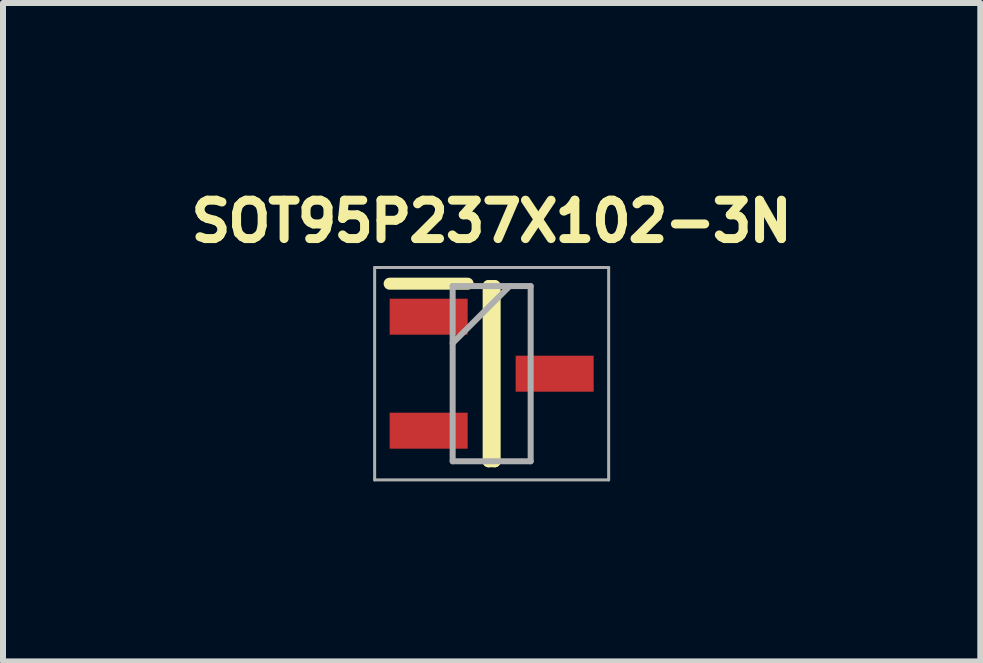
<source format=kicad_pcb>
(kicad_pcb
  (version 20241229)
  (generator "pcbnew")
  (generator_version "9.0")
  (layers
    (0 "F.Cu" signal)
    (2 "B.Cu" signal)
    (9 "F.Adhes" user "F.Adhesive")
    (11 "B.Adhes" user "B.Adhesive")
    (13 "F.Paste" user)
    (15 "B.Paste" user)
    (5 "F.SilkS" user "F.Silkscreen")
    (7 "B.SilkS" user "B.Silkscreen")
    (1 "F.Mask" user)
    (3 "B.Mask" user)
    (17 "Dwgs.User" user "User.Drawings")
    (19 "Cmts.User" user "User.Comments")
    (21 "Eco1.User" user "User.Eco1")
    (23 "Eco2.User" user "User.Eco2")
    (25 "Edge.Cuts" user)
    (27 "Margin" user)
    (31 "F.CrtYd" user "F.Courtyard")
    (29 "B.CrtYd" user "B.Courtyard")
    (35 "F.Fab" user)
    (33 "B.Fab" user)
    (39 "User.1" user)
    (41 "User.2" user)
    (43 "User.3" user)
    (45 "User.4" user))
  (footprint "SOT95P237X102-3N"
    (layer "F.Cu")
    (at 5.144 3.178)
    (property "Reference" "SOT95P237X102-3N" (at 0 -2.54 0) (layer "F.SilkS") (effects (font (size 0.64 0.64) (thickness 0.15))))
    (attr smd)
    (fp_line (start -1.7 -1.5) (end -0.4 -1.5) (stroke (width 0.2) (type solid)) (layer "F.SilkS"))
    (fp_line (start -0.05 -1.46) (end 0.05 -1.46) (stroke (width 0.2) (type solid)) (layer "F.SilkS"))
    (fp_line (start -0.05 1.46) (end -0.05 -1.46) (stroke (width 0.2) (type solid)) (layer "F.SilkS"))
    (fp_line (start 0.05 -1.46) (end 0.05 1.46) (stroke (width 0.2) (type solid)) (layer "F.SilkS"))
    (fp_line (start 0.05 1.46) (end -0.05 1.46) (stroke (width 0.2) (type solid)) (layer "F.SilkS"))
    (fp_line (start -1.95 -1.77) (end 1.95 -1.77) (stroke (width 0.05) (type solid)) (layer "F.Fab"))
    (fp_line (start -1.95 1.77) (end -1.95 -1.77) (stroke (width 0.05) (type solid)) (layer "F.Fab"))
    (fp_line (start -0.65 -1.46) (end 0.65 -1.46) (stroke (width 0.1) (type solid)) (layer "F.Fab"))
    (fp_line (start -0.65 -0.51) (end 0.3 -1.46) (stroke (width 0.1) (type solid)) (layer "F.Fab"))
    (fp_line (start -0.65 1.46) (end -0.65 -1.46) (stroke (width 0.1) (type solid)) (layer "F.Fab"))
    (fp_line (start 0.65 -1.46) (end 0.65 1.46) (stroke (width 0.1) (type solid)) (layer "F.Fab"))
    (fp_line (start 0.65 1.46) (end -0.65 1.46) (stroke (width 0.1) (type solid)) (layer "F.Fab"))
    (fp_line (start 1.95 -1.77) (end 1.95 1.77) (stroke (width 0.05) (type solid)) (layer "F.Fab"))
    (fp_line (start 1.95 1.77) (end -1.95 1.77) (stroke (width 0.05) (type solid)) (layer "F.Fab"))
    (pad "1" smd rect (at -1.05 -0.95) (size 1.3 0.6) (layers "F.Cu" "F.Mask" "F.Paste"))
    (pad "2" smd rect (at -1.05 0.95) (size 1.3 0.6) (layers "F.Cu" "F.Mask" "F.Paste"))
    (pad "3" smd rect (at 1.05 0) (size 1.3 0.6) (layers "F.Cu" "F.Mask" "F.Paste")))
  (gr_rect
    (start -3 -3)
    (end 13.288 7.973)
    (stroke (width 0.1) (type default))
    (fill no)
    (layer "Edge.Cuts")))
</source>
